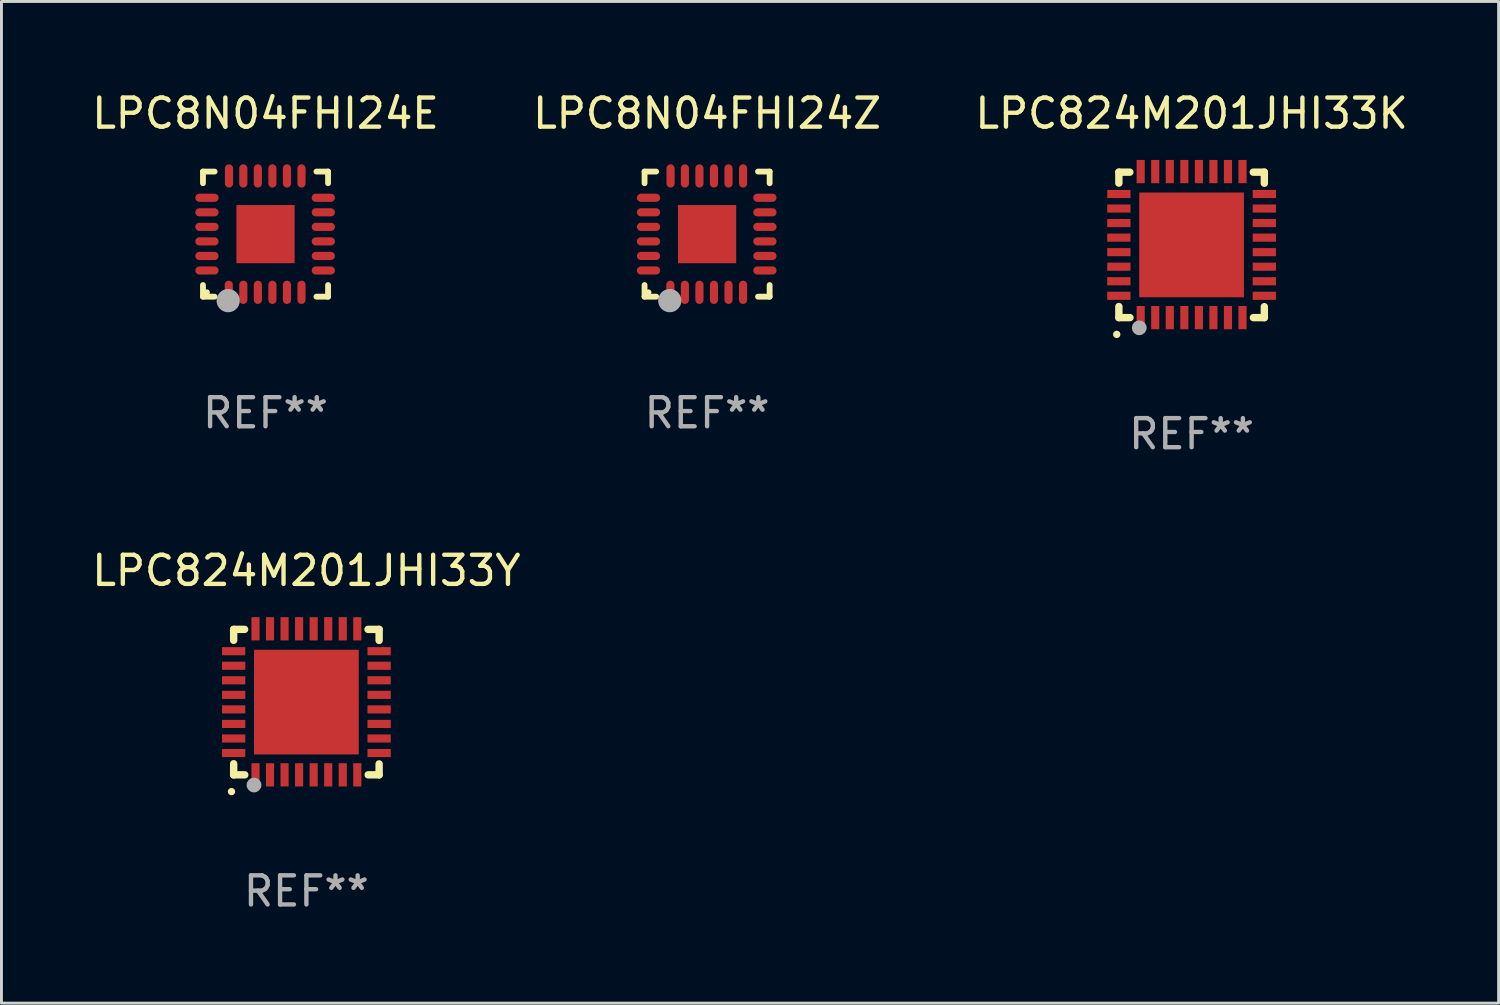
<source format=kicad_pcb>
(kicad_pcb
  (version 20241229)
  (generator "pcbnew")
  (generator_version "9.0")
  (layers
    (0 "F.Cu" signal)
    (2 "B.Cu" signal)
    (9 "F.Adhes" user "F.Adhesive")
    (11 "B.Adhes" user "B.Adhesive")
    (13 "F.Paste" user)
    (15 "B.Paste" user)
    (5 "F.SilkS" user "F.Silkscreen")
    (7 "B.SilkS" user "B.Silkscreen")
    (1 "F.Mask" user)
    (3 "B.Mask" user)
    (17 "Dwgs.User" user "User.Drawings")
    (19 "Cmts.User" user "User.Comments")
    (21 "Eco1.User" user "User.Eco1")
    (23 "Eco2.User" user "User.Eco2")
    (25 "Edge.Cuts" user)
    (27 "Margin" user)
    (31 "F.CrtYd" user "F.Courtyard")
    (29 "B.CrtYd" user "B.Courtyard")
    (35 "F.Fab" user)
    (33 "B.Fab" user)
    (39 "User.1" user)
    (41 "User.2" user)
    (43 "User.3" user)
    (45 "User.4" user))
  (footprint "LPC8N04FHI24E"
    (layer "F.Cu")
    (at 6.077 4.998)
    (property "Reference" "LPC8N04FHI24E" (at 0 -4.15 0) (layer "F.SilkS") (effects (font (size 1 1) (thickness 0.15))))
    (attr through_hole)
    (fp_line (start -2.15 -2.15) (end -1.75 -2.15) (stroke (width 0.2) (type solid)) (layer "F.SilkS"))
    (fp_line (start -2.15 -1.75) (end -2.15 -2.15) (stroke (width 0.2) (type solid)) (layer "F.SilkS"))
    (fp_line (start -2.15 2.15) (end -2.15 1.75) (stroke (width 0.2) (type solid)) (layer "F.SilkS"))
    (fp_line (start -1.75 2.15) (end -2.15 2.15) (stroke (width 0.2) (type solid)) (layer "F.SilkS"))
    (fp_line (start 2.15 -2.15) (end 1.75 -2.15) (stroke (width 0.2) (type solid)) (layer "F.SilkS"))
    (fp_line (start 2.15 -1.75) (end 2.15 -2.15) (stroke (width 0.2) (type solid)) (layer "F.SilkS"))
    (fp_line (start 2.15 1.75) (end 2.15 2.15) (stroke (width 0.2) (type solid)) (layer "F.SilkS"))
    (fp_line (start 2.15 2.15) (end 1.75 2.15) (stroke (width 0.2) (type solid)) (layer "F.SilkS"))
    (fp_circle (center -2.013 2) (end -1.963 2) (stroke (width 0.1) (type solid)) (fill no) (layer "F.SilkS"))
    (fp_circle (center -1.283 2.286) (end -1.083 2.286) (stroke (width 0.4) (type solid)) (fill no) (layer "F.Fab"))
    (fp_text user "REF**" (at 0 6.15 0) (layer "F.Fab") (effects (font (size 1 1) (thickness 0.15))))
    (pad "1" smd oval (at -1.263 2) (size 0.28 0.8) (layers "F.Cu" "F.Mask" "F.Paste"))
    (pad "2" smd oval (at -0.763 2) (size 0.28 0.8) (layers "F.Cu" "F.Mask" "F.Paste"))
    (pad "3" smd oval (at -0.263 2) (size 0.28 0.8) (layers "F.Cu" "F.Mask" "F.Paste"))
    (pad "4" smd oval (at 0.237 2) (size 0.28 0.8) (layers "F.Cu" "F.Mask" "F.Paste"))
    (pad "5" smd oval (at 0.737 2) (size 0.28 0.8) (layers "F.Cu" "F.Mask" "F.Paste"))
    (pad "6" smd oval (at 1.237 2) (size 0.28 0.8) (layers "F.Cu" "F.Mask" "F.Paste"))
    (pad "7" smd oval (at 1.987 1.25) (size 0.8 0.28) (layers "F.Cu" "F.Mask" "F.Paste"))
    (pad "8" smd oval (at 1.987 0.75) (size 0.8 0.28) (layers "F.Cu" "F.Mask" "F.Paste"))
    (pad "9" smd oval (at 1.987 0.25) (size 0.8 0.28) (layers "F.Cu" "F.Mask" "F.Paste"))
    (pad "10" smd oval (at 1.987 -0.25) (size 0.8 0.28) (layers "F.Cu" "F.Mask" "F.Paste"))
    (pad "11" smd oval (at 1.987 -0.75) (size 0.8 0.28) (layers "F.Cu" "F.Mask" "F.Paste"))
    (pad "12" smd oval (at 1.987 -1.25) (size 0.8 0.28) (layers "F.Cu" "F.Mask" "F.Paste"))
    (pad "13" smd oval (at 1.237 -2) (size 0.28 0.8) (layers "F.Cu" "F.Mask" "F.Paste"))
    (pad "14" smd oval (at 0.737 -2) (size 0.28 0.8) (layers "F.Cu" "F.Mask" "F.Paste"))
    (pad "15" smd oval (at 0.237 -2) (size 0.28 0.8) (layers "F.Cu" "F.Mask" "F.Paste"))
    (pad "16" smd oval (at -0.263 -2) (size 0.28 0.8) (layers "F.Cu" "F.Mask" "F.Paste"))
    (pad "17" smd oval (at -0.763 -2) (size 0.28 0.8) (layers "F.Cu" "F.Mask" "F.Paste"))
    (pad "18" smd oval (at -1.255 -2) (size 0.28 0.8) (layers "F.Cu" "F.Mask" "F.Paste"))
    (pad "19" smd oval (at -2.013 -1.25) (size 0.8 0.28) (layers "F.Cu" "F.Mask" "F.Paste"))
    (pad "20" smd oval (at -2.013 -0.75) (size 0.8 0.28) (layers "F.Cu" "F.Mask" "F.Paste"))
    (pad "21" smd oval (at -2.013 -0.25) (size 0.8 0.28) (layers "F.Cu" "F.Mask" "F.Paste"))
    (pad "22" smd oval (at -2.013 0.25) (size 0.8 0.28) (layers "F.Cu" "F.Mask" "F.Paste"))
    (pad "23" smd oval (at -2.013 0.75) (size 0.8 0.28) (layers "F.Cu" "F.Mask" "F.Paste"))
    (pad "24" smd oval (at -2.013 1.25) (size 0.8 0.28) (layers "F.Cu" "F.Mask" "F.Paste"))
    (pad "25" smd rect (at -0.000013 0) (size 2 2) (layers "F.Cu" "F.Mask" "F.Paste")))
  (footprint "LPC8N04FHI24Z"
    (layer "F.Cu")
    (at 21.256 4.998)
    (property "Reference" "LPC8N04FHI24Z" (at 0 -4.15 0) (layer "F.SilkS") (effects (font (size 1 1) (thickness 0.15))))
    (attr through_hole)
    (fp_line (start -2.15 -2.15) (end -1.75 -2.15) (stroke (width 0.2) (type solid)) (layer "F.SilkS"))
    (fp_line (start -2.15 -1.75) (end -2.15 -2.15) (stroke (width 0.2) (type solid)) (layer "F.SilkS"))
    (fp_line (start -2.15 2.15) (end -2.15 1.75) (stroke (width 0.2) (type solid)) (layer "F.SilkS"))
    (fp_line (start -1.75 2.15) (end -2.15 2.15) (stroke (width 0.2) (type solid)) (layer "F.SilkS"))
    (fp_line (start 2.15 -2.15) (end 1.75 -2.15) (stroke (width 0.2) (type solid)) (layer "F.SilkS"))
    (fp_line (start 2.15 -1.75) (end 2.15 -2.15) (stroke (width 0.2) (type solid)) (layer "F.SilkS"))
    (fp_line (start 2.15 1.75) (end 2.15 2.15) (stroke (width 0.2) (type solid)) (layer "F.SilkS"))
    (fp_line (start 2.15 2.15) (end 1.75 2.15) (stroke (width 0.2) (type solid)) (layer "F.SilkS"))
    (fp_circle (center -2.013 2) (end -1.963 2) (stroke (width 0.1) (type solid)) (fill no) (layer "F.SilkS"))
    (fp_circle (center -1.283 2.286) (end -1.083 2.286) (stroke (width 0.4) (type solid)) (fill no) (layer "F.Fab"))
    (fp_text user "REF**" (at 0 6.15 0) (layer "F.Fab") (effects (font (size 1 1) (thickness 0.15))))
    (pad "1" smd oval (at -1.263 2) (size 0.28 0.8) (layers "F.Cu" "F.Mask" "F.Paste"))
    (pad "2" smd oval (at -0.763 2) (size 0.28 0.8) (layers "F.Cu" "F.Mask" "F.Paste"))
    (pad "3" smd oval (at -0.263 2) (size 0.28 0.8) (layers "F.Cu" "F.Mask" "F.Paste"))
    (pad "4" smd oval (at 0.237 2) (size 0.28 0.8) (layers "F.Cu" "F.Mask" "F.Paste"))
    (pad "5" smd oval (at 0.737 2) (size 0.28 0.8) (layers "F.Cu" "F.Mask" "F.Paste"))
    (pad "6" smd oval (at 1.237 2) (size 0.28 0.8) (layers "F.Cu" "F.Mask" "F.Paste"))
    (pad "7" smd oval (at 1.987 1.25) (size 0.8 0.28) (layers "F.Cu" "F.Mask" "F.Paste"))
    (pad "8" smd oval (at 1.987 0.75) (size 0.8 0.28) (layers "F.Cu" "F.Mask" "F.Paste"))
    (pad "9" smd oval (at 1.987 0.25) (size 0.8 0.28) (layers "F.Cu" "F.Mask" "F.Paste"))
    (pad "10" smd oval (at 1.987 -0.25) (size 0.8 0.28) (layers "F.Cu" "F.Mask" "F.Paste"))
    (pad "11" smd oval (at 1.987 -0.75) (size 0.8 0.28) (layers "F.Cu" "F.Mask" "F.Paste"))
    (pad "12" smd oval (at 1.987 -1.25) (size 0.8 0.28) (layers "F.Cu" "F.Mask" "F.Paste"))
    (pad "13" smd oval (at 1.237 -2) (size 0.28 0.8) (layers "F.Cu" "F.Mask" "F.Paste"))
    (pad "14" smd oval (at 0.737 -2) (size 0.28 0.8) (layers "F.Cu" "F.Mask" "F.Paste"))
    (pad "15" smd oval (at 0.237 -2) (size 0.28 0.8) (layers "F.Cu" "F.Mask" "F.Paste"))
    (pad "16" smd oval (at -0.263 -2) (size 0.28 0.8) (layers "F.Cu" "F.Mask" "F.Paste"))
    (pad "17" smd oval (at -0.763 -2) (size 0.28 0.8) (layers "F.Cu" "F.Mask" "F.Paste"))
    (pad "18" smd oval (at -1.255 -2) (size 0.28 0.8) (layers "F.Cu" "F.Mask" "F.Paste"))
    (pad "19" smd oval (at -2.013 -1.25) (size 0.8 0.28) (layers "F.Cu" "F.Mask" "F.Paste"))
    (pad "20" smd oval (at -2.013 -0.75) (size 0.8 0.28) (layers "F.Cu" "F.Mask" "F.Paste"))
    (pad "21" smd oval (at -2.013 -0.25) (size 0.8 0.28) (layers "F.Cu" "F.Mask" "F.Paste"))
    (pad "22" smd oval (at -2.013 0.25) (size 0.8 0.28) (layers "F.Cu" "F.Mask" "F.Paste"))
    (pad "23" smd oval (at -2.013 0.75) (size 0.8 0.28) (layers "F.Cu" "F.Mask" "F.Paste"))
    (pad "24" smd oval (at -2.013 1.25) (size 0.8 0.28) (layers "F.Cu" "F.Mask" "F.Paste"))
    (pad "25" smd rect (at -0.000013 0) (size 2 2) (layers "F.Cu" "F.Mask" "F.Paste")))
  (footprint "LPC824M201JHI33Y"
    (layer "F.Cu")
    (at 7.482 21.075)
    (property "Reference" "LPC824M201JHI33Y" (at 0 -4.51 0) (layer "F.SilkS") (effects (font (size 1 1) (thickness 0.15))))
    (attr through_hole)
    (fp_line (start -2.5 -2.49) (end -2.124 -2.49) (stroke (width 0.254) (type solid)) (layer "F.SilkS"))
    (fp_line (start -2.5 -2.114) (end -2.5 -2.49) (stroke (width 0.254) (type solid)) (layer "F.SilkS"))
    (fp_line (start -2.5 2.51) (end -2.5 2.129) (stroke (width 0.254) (type solid)) (layer "F.SilkS"))
    (fp_line (start -2.5 2.51) (end -2.119 2.51) (stroke (width 0.254) (type solid)) (layer "F.SilkS"))
    (fp_line (start 2.119 -2.49) (end 2.5 -2.49) (stroke (width 0.254) (type solid)) (layer "F.SilkS"))
    (fp_line (start 2.124 2.51) (end 2.5 2.51) (stroke (width 0.254) (type solid)) (layer "F.SilkS"))
    (fp_line (start 2.5 -2.49) (end 2.5 -2.109) (stroke (width 0.254) (type solid)) (layer "F.SilkS"))
    (fp_line (start 2.5 2.134) (end 2.5 2.51) (stroke (width 0.254) (type solid)) (layer "F.SilkS"))
    (fp_arc (start -2.57554 3.086005) (mid -2.57427 3.085999) (end -2.573 3.086005) (stroke (width 0.25) (type solid)) (layer "F.SilkS"))
    (fp_circle (center -2.5 2.5) (end -2.45 2.5) (stroke (width 0.1) (type solid)) (fill no) (layer "F.SilkS"))
    (fp_circle (center -1.8 2.86) (end -1.673 2.86) (stroke (width 0.254) (type solid)) (fill no) (layer "F.Fab"))
    (fp_text user "REF**" (at 0 6.51 0) (layer "F.Fab") (effects (font (size 1 1) (thickness 0.15))))
    (pad "1" smd rect (at -1.75 2.51) (size 0.28 0.8) (layers "F.Cu" "F.Mask" "F.Paste"))
    (pad "2" smd rect (at -1.25 2.51) (size 0.28 0.8) (layers "F.Cu" "F.Mask" "F.Paste"))
    (pad "3" smd rect (at -0.75 2.51) (size 0.28 0.8) (layers "F.Cu" "F.Mask" "F.Paste"))
    (pad "4" smd rect (at -0.25 2.51) (size 0.28 0.8) (layers "F.Cu" "F.Mask" "F.Paste"))
    (pad "5" smd rect (at 0.25 2.51) (size 0.28 0.8) (layers "F.Cu" "F.Mask" "F.Paste"))
    (pad "6" smd rect (at 0.75 2.51) (size 0.28 0.8) (layers "F.Cu" "F.Mask" "F.Paste"))
    (pad "7" smd rect (at 1.25 2.51) (size 0.28 0.8) (layers "F.Cu" "F.Mask" "F.Paste"))
    (pad "8" smd rect (at 1.75 2.51) (size 0.28 0.8) (layers "F.Cu" "F.Mask" "F.Paste"))
    (pad "9" smd rect (at 2.5 1.76) (size 0.8 0.28) (layers "F.Cu" "F.Mask" "F.Paste"))
    (pad "10" smd rect (at 2.5 1.26) (size 0.8 0.28) (layers "F.Cu" "F.Mask" "F.Paste"))
    (pad "11" smd rect (at 2.5 0.76) (size 0.8 0.28) (layers "F.Cu" "F.Mask" "F.Paste"))
    (pad "12" smd rect (at 2.5 0.26) (size 0.8 0.28) (layers "F.Cu" "F.Mask" "F.Paste"))
    (pad "13" smd rect (at 2.5 -0.24) (size 0.8 0.28) (layers "F.Cu" "F.Mask" "F.Paste"))
    (pad "14" smd rect (at 2.5 -0.74) (size 0.8 0.28) (layers "F.Cu" "F.Mask" "F.Paste"))
    (pad "15" smd rect (at 2.5 -1.24) (size 0.8 0.28) (layers "F.Cu" "F.Mask" "F.Paste"))
    (pad "16" smd rect (at 2.5 -1.74) (size 0.8 0.28) (layers "F.Cu" "F.Mask" "F.Paste"))
    (pad "17" smd rect (at 1.75 -2.51) (size 0.28 0.8) (layers "F.Cu" "F.Mask" "F.Paste"))
    (pad "18" smd rect (at 1.25 -2.51) (size 0.28 0.8) (layers "F.Cu" "F.Mask" "F.Paste"))
    (pad "19" smd rect (at 0.75 -2.51) (size 0.28 0.8) (layers "F.Cu" "F.Mask" "F.Paste"))
    (pad "20" smd rect (at 0.25 -2.51) (size 0.28 0.8) (layers "F.Cu" "F.Mask" "F.Paste"))
    (pad "21" smd rect (at -0.25 -2.51) (size 0.28 0.8) (layers "F.Cu" "F.Mask" "F.Paste"))
    (pad "22" smd rect (at -0.75 -2.51) (size 0.28 0.8) (layers "F.Cu" "F.Mask" "F.Paste"))
    (pad "23" smd rect (at -1.25 -2.51) (size 0.28 0.8) (layers "F.Cu" "F.Mask" "F.Paste"))
    (pad "24" smd rect (at -1.75 -2.51) (size 0.28 0.8) (layers "F.Cu" "F.Mask" "F.Paste"))
    (pad "25" smd rect (at -2.5 -1.74) (size 0.8 0.28) (layers "F.Cu" "F.Mask" "F.Paste"))
    (pad "26" smd rect (at -2.5 -1.24) (size 0.8 0.28) (layers "F.Cu" "F.Mask" "F.Paste"))
    (pad "27" smd rect (at -2.5 -0.74) (size 0.8 0.28) (layers "F.Cu" "F.Mask" "F.Paste"))
    (pad "28" smd rect (at -2.5 -0.24) (size 0.8 0.28) (layers "F.Cu" "F.Mask" "F.Paste"))
    (pad "29" smd rect (at -2.5 0.26) (size 0.8 0.28) (layers "F.Cu" "F.Mask" "F.Paste"))
    (pad "30" smd rect (at -2.5 0.76) (size 0.8 0.28) (layers "F.Cu" "F.Mask" "F.Paste"))
    (pad "31" smd rect (at -2.5 1.26) (size 0.8 0.28) (layers "F.Cu" "F.Mask" "F.Paste"))
    (pad "32" smd rect (at -2.5 1.76) (size 0.8 0.28) (layers "F.Cu" "F.Mask" "F.Paste"))
    (pad "33" smd rect (at 0.000102 0.01) (size 3.6 3.6) (layers "F.Cu" "F.Mask" "F.Paste")))
  (footprint "LPC824M201JHI33K"
    (layer "F.Cu")
    (at 37.911 5.358)
    (property "Reference" "LPC824M201JHI33K" (at 0 -4.51 0) (layer "F.SilkS") (effects (font (size 1 1) (thickness 0.15))))
    (attr through_hole)
    (fp_line (start -2.5 -2.49) (end -2.124 -2.49) (stroke (width 0.254) (type solid)) (layer "F.SilkS"))
    (fp_line (start -2.5 -2.114) (end -2.5 -2.49) (stroke (width 0.254) (type solid)) (layer "F.SilkS"))
    (fp_line (start -2.5 2.51) (end -2.5 2.129) (stroke (width 0.254) (type solid)) (layer "F.SilkS"))
    (fp_line (start -2.5 2.51) (end -2.119 2.51) (stroke (width 0.254) (type solid)) (layer "F.SilkS"))
    (fp_line (start 2.119 -2.49) (end 2.5 -2.49) (stroke (width 0.254) (type solid)) (layer "F.SilkS"))
    (fp_line (start 2.124 2.51) (end 2.5 2.51) (stroke (width 0.254) (type solid)) (layer "F.SilkS"))
    (fp_line (start 2.5 -2.49) (end 2.5 -2.109) (stroke (width 0.254) (type solid)) (layer "F.SilkS"))
    (fp_line (start 2.5 2.134) (end 2.5 2.51) (stroke (width 0.254) (type solid)) (layer "F.SilkS"))
    (fp_arc (start -2.57554 3.086005) (mid -2.57427 3.085999) (end -2.573 3.086005) (stroke (width 0.25) (type solid)) (layer "F.SilkS"))
    (fp_circle (center -2.5 2.5) (end -2.45 2.5) (stroke (width 0.1) (type solid)) (fill no) (layer "F.SilkS"))
    (fp_circle (center -1.8 2.86) (end -1.673 2.86) (stroke (width 0.254) (type solid)) (fill no) (layer "F.Fab"))
    (fp_text user "REF**" (at 0 6.51 0) (layer "F.Fab") (effects (font (size 1 1) (thickness 0.15))))
    (pad "1" smd rect (at -1.75 2.51) (size 0.28 0.8) (layers "F.Cu" "F.Mask" "F.Paste"))
    (pad "2" smd rect (at -1.25 2.51) (size 0.28 0.8) (layers "F.Cu" "F.Mask" "F.Paste"))
    (pad "3" smd rect (at -0.75 2.51) (size 0.28 0.8) (layers "F.Cu" "F.Mask" "F.Paste"))
    (pad "4" smd rect (at -0.25 2.51) (size 0.28 0.8) (layers "F.Cu" "F.Mask" "F.Paste"))
    (pad "5" smd rect (at 0.25 2.51) (size 0.28 0.8) (layers "F.Cu" "F.Mask" "F.Paste"))
    (pad "6" smd rect (at 0.75 2.51) (size 0.28 0.8) (layers "F.Cu" "F.Mask" "F.Paste"))
    (pad "7" smd rect (at 1.25 2.51) (size 0.28 0.8) (layers "F.Cu" "F.Mask" "F.Paste"))
    (pad "8" smd rect (at 1.75 2.51) (size 0.28 0.8) (layers "F.Cu" "F.Mask" "F.Paste"))
    (pad "9" smd rect (at 2.5 1.76) (size 0.8 0.28) (layers "F.Cu" "F.Mask" "F.Paste"))
    (pad "10" smd rect (at 2.5 1.26) (size 0.8 0.28) (layers "F.Cu" "F.Mask" "F.Paste"))
    (pad "11" smd rect (at 2.5 0.76) (size 0.8 0.28) (layers "F.Cu" "F.Mask" "F.Paste"))
    (pad "12" smd rect (at 2.5 0.26) (size 0.8 0.28) (layers "F.Cu" "F.Mask" "F.Paste"))
    (pad "13" smd rect (at 2.5 -0.24) (size 0.8 0.28) (layers "F.Cu" "F.Mask" "F.Paste"))
    (pad "14" smd rect (at 2.5 -0.74) (size 0.8 0.28) (layers "F.Cu" "F.Mask" "F.Paste"))
    (pad "15" smd rect (at 2.5 -1.24) (size 0.8 0.28) (layers "F.Cu" "F.Mask" "F.Paste"))
    (pad "16" smd rect (at 2.5 -1.74) (size 0.8 0.28) (layers "F.Cu" "F.Mask" "F.Paste"))
    (pad "17" smd rect (at 1.75 -2.51) (size 0.28 0.8) (layers "F.Cu" "F.Mask" "F.Paste"))
    (pad "18" smd rect (at 1.25 -2.51) (size 0.28 0.8) (layers "F.Cu" "F.Mask" "F.Paste"))
    (pad "19" smd rect (at 0.75 -2.51) (size 0.28 0.8) (layers "F.Cu" "F.Mask" "F.Paste"))
    (pad "20" smd rect (at 0.25 -2.51) (size 0.28 0.8) (layers "F.Cu" "F.Mask" "F.Paste"))
    (pad "21" smd rect (at -0.25 -2.51) (size 0.28 0.8) (layers "F.Cu" "F.Mask" "F.Paste"))
    (pad "22" smd rect (at -0.75 -2.51) (size 0.28 0.8) (layers "F.Cu" "F.Mask" "F.Paste"))
    (pad "23" smd rect (at -1.25 -2.51) (size 0.28 0.8) (layers "F.Cu" "F.Mask" "F.Paste"))
    (pad "24" smd rect (at -1.75 -2.51) (size 0.28 0.8) (layers "F.Cu" "F.Mask" "F.Paste"))
    (pad "25" smd rect (at -2.5 -1.74) (size 0.8 0.28) (layers "F.Cu" "F.Mask" "F.Paste"))
    (pad "26" smd rect (at -2.5 -1.24) (size 0.8 0.28) (layers "F.Cu" "F.Mask" "F.Paste"))
    (pad "27" smd rect (at -2.5 -0.74) (size 0.8 0.28) (layers "F.Cu" "F.Mask" "F.Paste"))
    (pad "28" smd rect (at -2.5 -0.24) (size 0.8 0.28) (layers "F.Cu" "F.Mask" "F.Paste"))
    (pad "29" smd rect (at -2.5 0.26) (size 0.8 0.28) (layers "F.Cu" "F.Mask" "F.Paste"))
    (pad "30" smd rect (at -2.5 0.76) (size 0.8 0.28) (layers "F.Cu" "F.Mask" "F.Paste"))
    (pad "31" smd rect (at -2.5 1.26) (size 0.8 0.28) (layers "F.Cu" "F.Mask" "F.Paste"))
    (pad "32" smd rect (at -2.5 1.76) (size 0.8 0.28) (layers "F.Cu" "F.Mask" "F.Paste"))
    (pad "33" smd rect (at 0.000102 0.01) (size 3.6 3.6) (layers "F.Cu" "F.Mask" "F.Paste")))
  (gr_rect
    (start -3 -3)
    (end 48.464 31.433)
    (stroke (width 0.1) (type default))
    (fill no)
    (layer "Edge.Cuts")))
</source>
